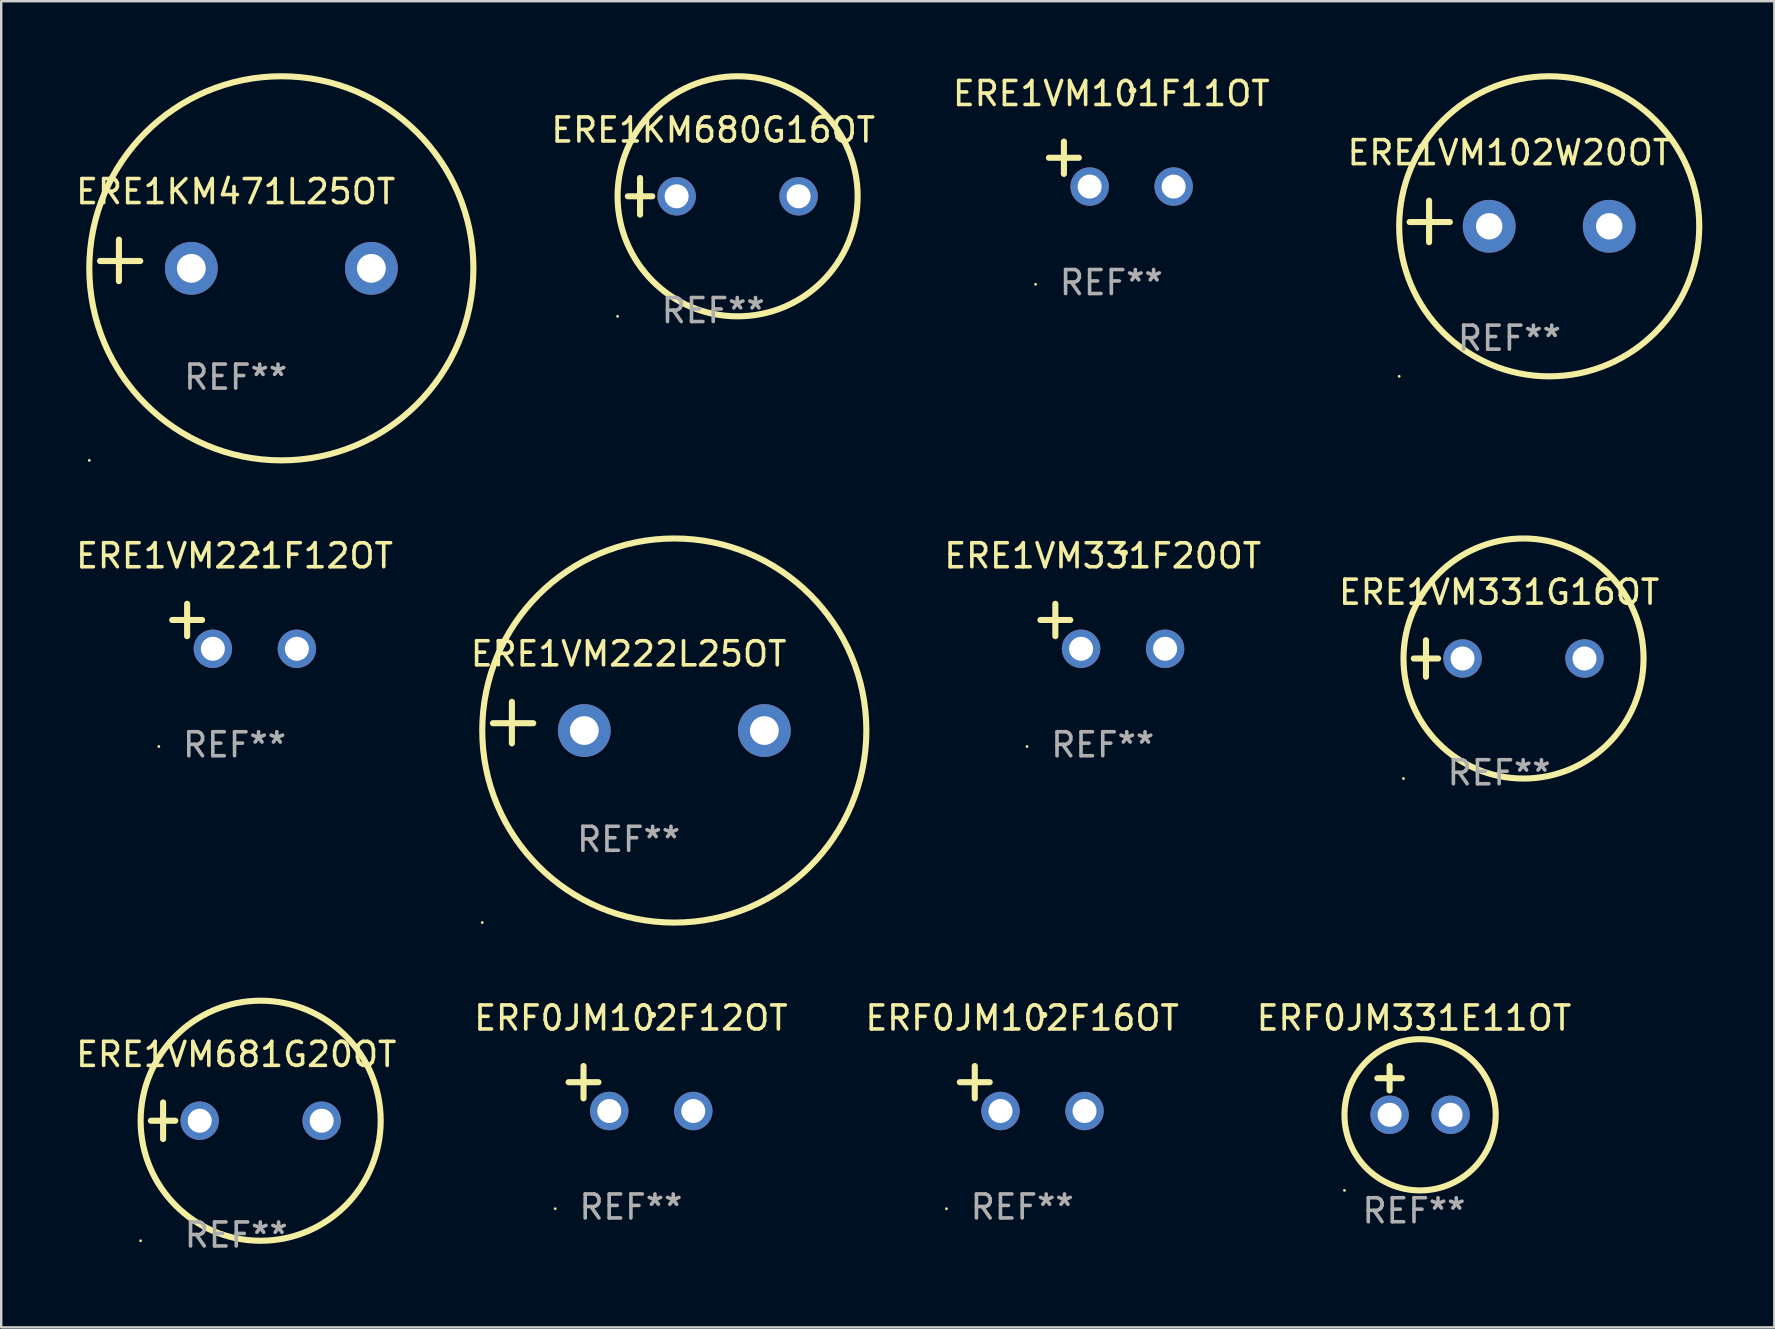
<source format=kicad_pcb>
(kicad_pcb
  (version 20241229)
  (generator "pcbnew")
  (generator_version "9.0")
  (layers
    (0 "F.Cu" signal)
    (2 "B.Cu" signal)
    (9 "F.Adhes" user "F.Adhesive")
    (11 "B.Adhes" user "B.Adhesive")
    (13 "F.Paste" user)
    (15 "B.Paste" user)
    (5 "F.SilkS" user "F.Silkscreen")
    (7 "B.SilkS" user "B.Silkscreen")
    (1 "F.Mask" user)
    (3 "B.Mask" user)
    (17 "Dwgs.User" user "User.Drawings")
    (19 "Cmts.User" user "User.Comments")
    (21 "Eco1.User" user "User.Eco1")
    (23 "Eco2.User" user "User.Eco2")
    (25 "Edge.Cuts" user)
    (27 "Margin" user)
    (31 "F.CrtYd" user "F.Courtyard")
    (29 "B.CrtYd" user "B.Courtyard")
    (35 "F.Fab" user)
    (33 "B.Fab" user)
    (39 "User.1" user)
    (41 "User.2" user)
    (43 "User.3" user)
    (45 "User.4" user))
  (footprint "ERE1VM331G16OT"
    (layer "F.Cu")
    (at 59.398 24.381)
    (property "Reference" "ERE1VM331G16OT" (at 0 -2.762 0) (layer "F.SilkS") (effects (font (size 1 1) (thickness 0.15))))
    (attr through_hole)
    (fp_line (start -3.556 0) (end -2.54 0) (stroke (width 0.254) (type solid)) (layer "F.SilkS"))
    (fp_line (start -3.048 -0.762) (end -3.048 0.762) (stroke (width 0.254) (type solid)) (layer "F.SilkS"))
    (fp_circle (center -3.984 5) (end -3.954 5) (stroke (width 0.06) (type solid)) (fill no) (layer "F.SilkS"))
    (fp_circle (center 1.016 0) (end 6.016 0) (stroke (width 0.254) (type solid)) (fill no) (layer "F.SilkS"))
    (fp_text user "REF**" (at 0 4.762 0) (layer "F.Fab") (effects (font (size 1 1) (thickness 0.15))))
    (pad "1" thru_hole circle (at -1.524 0) (size 1.6 1.6) (drill 1) (layers "*.Cu" "*.Mask"))
    (pad "2" thru_hole circle (at 3.556 0) (size 1.6 1.6) (drill 1) (layers "*.Cu" "*.Mask")))
  (footprint "ERF0JM102F16OT"
    (layer "F.Cu")
    (at 39.53 42.293)
    (property "Reference" "ERF0JM102F16OT" (at 0 -2.937 0) (layer "F.SilkS") (effects (font (size 1 1) (thickness 0.15))))
    (attr through_hole)
    (fp_line (start -1.975 0.41) (end -1.975 -0.937) (stroke (width 0.254) (type solid)) (layer "F.SilkS"))
    (fp_line (start -1.353 -0.263) (end -2.597 -0.263) (stroke (width 0.254) (type solid)) (layer "F.SilkS"))
    (fp_arc (start 0.849809 -3.063957) (mid 0.885369 -3.064114) (end 0.920929 -3.063957) (stroke (width 0.254001) (type solid)) (layer "F.SilkS"))
    (fp_circle (center -3.154 5.008) (end -3.124 5.008) (stroke (width 0.06) (type solid)) (fill no) (layer "F.SilkS"))
    (fp_text user "REF**" (at 0 4.937 0) (layer "F.Fab") (effects (font (size 1 1) (thickness 0.15))))
    (pad "1" thru_hole circle (at -0.903 0.937) (size 1.6 1.6) (drill 1) (layers "*.Cu" "*.Mask"))
    (pad "2" thru_hole circle (at 2.597 0.937) (size 1.6 1.6) (drill 1) (layers "*.Cu" "*.Mask")))
  (footprint "ERE1VM101F11OT"
    (layer "F.Cu")
    (at 43.243 3.785)
    (property "Reference" "ERE1VM101F11OT" (at 0 -2.937 0) (layer "F.SilkS") (effects (font (size 1 1) (thickness 0.15))))
    (attr through_hole)
    (fp_line (start -1.975 0.41) (end -1.975 -0.937) (stroke (width 0.254) (type solid)) (layer "F.SilkS"))
    (fp_line (start -1.353 -0.263) (end -2.597 -0.263) (stroke (width 0.254) (type solid)) (layer "F.SilkS"))
    (fp_arc (start 0.849809 -3.063957) (mid 0.885369 -3.064114) (end 0.920929 -3.063957) (stroke (width 0.254001) (type solid)) (layer "F.SilkS"))
    (fp_circle (center -3.154 5.008) (end -3.124 5.008) (stroke (width 0.06) (type solid)) (fill no) (layer "F.SilkS"))
    (fp_text user "REF**" (at 0 4.937 0) (layer "F.Fab") (effects (font (size 1 1) (thickness 0.15))))
    (pad "1" thru_hole circle (at -0.903 0.937) (size 1.6 1.6) (drill 1) (layers "*.Cu" "*.Mask"))
    (pad "2" thru_hole circle (at 2.597 0.937) (size 1.6 1.6) (drill 1) (layers "*.Cu" "*.Mask")))
  (footprint "ERF0JM102F12OT"
    (layer "F.Cu")
    (at 23.232 42.293)
    (property "Reference" "ERF0JM102F12OT" (at 0 -2.937 0) (layer "F.SilkS") (effects (font (size 1 1) (thickness 0.15))))
    (attr through_hole)
    (fp_line (start -1.975 0.41) (end -1.975 -0.937) (stroke (width 0.254) (type solid)) (layer "F.SilkS"))
    (fp_line (start -1.353 -0.263) (end -2.597 -0.263) (stroke (width 0.254) (type solid)) (layer "F.SilkS"))
    (fp_arc (start 0.849809 -3.063957) (mid 0.885369 -3.064114) (end 0.920929 -3.063957) (stroke (width 0.254001) (type solid)) (layer "F.SilkS"))
    (fp_circle (center -3.154 5.008) (end -3.124 5.008) (stroke (width 0.06) (type solid)) (fill no) (layer "F.SilkS"))
    (fp_text user "REF**" (at 0 4.937 0) (layer "F.Fab") (effects (font (size 1 1) (thickness 0.15))))
    (pad "1" thru_hole circle (at -0.903 0.937) (size 1.6 1.6) (drill 1) (layers "*.Cu" "*.Mask"))
    (pad "2" thru_hole circle (at 2.597 0.937) (size 1.6 1.6) (drill 1) (layers "*.Cu" "*.Mask")))
  (footprint "ERE1VM222L25OT"
    (layer "F.Cu")
    (at 23.137 27.051)
    (property "Reference" "ERE1VM222L25OT" (at 0 -2.864 0) (layer "F.SilkS") (effects (font (size 1 1) (thickness 0.15))))
    (attr through_hole)
    (fp_line (start -4.864 0.864) (end -4.864 -0.864) (stroke (width 0.254) (type solid)) (layer "F.SilkS"))
    (fp_line (start -3.975 0.025) (end -5.652 0.025) (stroke (width 0.254) (type solid)) (layer "F.SilkS"))
    (fp_circle (center -6.098 8.33) (end -6.068 8.33) (stroke (width 0.06) (type solid)) (fill no) (layer "F.SilkS"))
    (fp_circle (center 1.902 0.33) (end 9.902 0.33) (stroke (width 0.254) (type solid)) (fill no) (layer "F.SilkS"))
    (fp_text user "REF**" (at 0 4.864 0) (layer "F.Fab") (effects (font (size 1 1) (thickness 0.15))))
    (pad "1" thru_hole circle (at -1.848 0.33) (size 2.2 2.2) (drill 1.2) (layers "*.Cu" "*.Mask"))
    (pad "2" thru_hole circle (at 5.652 0.33) (size 2.2 2.2) (drill 1.2) (layers "*.Cu" "*.Mask")))
  (footprint "ERF0JM331E11OT"
    (layer "F.Cu")
    (at 55.851 42.372)
    (property "Reference" "ERF0JM331E11OT" (at 0 -3.016 0) (layer "F.SilkS") (effects (font (size 1 1) (thickness 0.15))))
    (attr through_hole)
    (fp_line (start -1.524 -0.508) (end -0.508 -0.508) (stroke (width 0.254) (type solid)) (layer "F.SilkS"))
    (fp_line (start -1.016 -1.016) (end -1.016 0) (stroke (width 0.254) (type solid)) (layer "F.SilkS"))
    (fp_circle (center -2.896 4.166) (end -2.866 4.166) (stroke (width 0.06) (type solid)) (fill no) (layer "F.SilkS"))
    (fp_circle (center 0.254 1.016) (end 3.404 1.016) (stroke (width 0.254) (type solid)) (fill no) (layer "F.SilkS"))
    (fp_text user "REF**" (at 0 5.016 0) (layer "F.Fab") (effects (font (size 1 1) (thickness 0.15))))
    (pad "1" thru_hole circle (at -1.016 1.016) (size 1.6 1.6) (drill 1) (layers "*.Cu" "*.Mask"))
    (pad "2" thru_hole circle (at 1.524 1.016) (size 1.6 1.6) (drill 1) (layers "*.Cu" "*.Mask")))
  (footprint "ERE1VM681G20OT"
    (layer "F.Cu")
    (at 6.792 43.635)
    (property "Reference" "ERE1VM681G20OT" (at 0 -2.762 0) (layer "F.SilkS") (effects (font (size 1 1) (thickness 0.15))))
    (attr through_hole)
    (fp_line (start -3.556 0) (end -2.54 0) (stroke (width 0.254) (type solid)) (layer "F.SilkS"))
    (fp_line (start -3.048 -0.762) (end -3.048 0.762) (stroke (width 0.254) (type solid)) (layer "F.SilkS"))
    (fp_circle (center -3.984 5) (end -3.954 5) (stroke (width 0.06) (type solid)) (fill no) (layer "F.SilkS"))
    (fp_circle (center 1.016 0) (end 6.016 0) (stroke (width 0.254) (type solid)) (fill no) (layer "F.SilkS"))
    (fp_text user "REF**" (at 0 4.762 0) (layer "F.Fab") (effects (font (size 1 1) (thickness 0.15))))
    (pad "1" thru_hole circle (at -1.524 0) (size 1.6 1.6) (drill 1) (layers "*.Cu" "*.Mask"))
    (pad "2" thru_hole circle (at 3.556 0) (size 1.6 1.6) (drill 1) (layers "*.Cu" "*.Mask")))
  (footprint "ERE1VM331F20OT"
    (layer "F.Cu")
    (at 42.886 23.039)
    (property "Reference" "ERE1VM331F20OT" (at 0 -2.937 0) (layer "F.SilkS") (effects (font (size 1 1) (thickness 0.15))))
    (attr through_hole)
    (fp_line (start -1.975 0.41) (end -1.975 -0.937) (stroke (width 0.254) (type solid)) (layer "F.SilkS"))
    (fp_line (start -1.353 -0.263) (end -2.597 -0.263) (stroke (width 0.254) (type solid)) (layer "F.SilkS"))
    (fp_arc (start 0.849809 -3.063957) (mid 0.885369 -3.064114) (end 0.920929 -3.063957) (stroke (width 0.254001) (type solid)) (layer "F.SilkS"))
    (fp_circle (center -3.154 5.008) (end -3.124 5.008) (stroke (width 0.06) (type solid)) (fill no) (layer "F.SilkS"))
    (fp_text user "REF**" (at 0 4.937 0) (layer "F.Fab") (effects (font (size 1 1) (thickness 0.15))))
    (pad "1" thru_hole circle (at -0.903 0.937) (size 1.6 1.6) (drill 1) (layers "*.Cu" "*.Mask"))
    (pad "2" thru_hole circle (at 2.597 0.937) (size 1.6 1.6) (drill 1) (layers "*.Cu" "*.Mask")))
  (footprint "ERE1VM221F12OT"
    (layer "F.Cu")
    (at 6.72 23.039)
    (property "Reference" "ERE1VM221F12OT" (at 0 -2.937 0) (layer "F.SilkS") (effects (font (size 1 1) (thickness 0.15))))
    (attr through_hole)
    (fp_line (start -1.975 0.41) (end -1.975 -0.937) (stroke (width 0.254) (type solid)) (layer "F.SilkS"))
    (fp_line (start -1.353 -0.263) (end -2.597 -0.263) (stroke (width 0.254) (type solid)) (layer "F.SilkS"))
    (fp_arc (start 0.849809 -3.063957) (mid 0.885369 -3.064114) (end 0.920929 -3.063957) (stroke (width 0.254001) (type solid)) (layer "F.SilkS"))
    (fp_circle (center -3.154 5.008) (end -3.124 5.008) (stroke (width 0.06) (type solid)) (fill no) (layer "F.SilkS"))
    (fp_text user "REF**" (at 0 4.937 0) (layer "F.Fab") (effects (font (size 1 1) (thickness 0.15))))
    (pad "1" thru_hole circle (at -0.903 0.937) (size 1.6 1.6) (drill 1) (layers "*.Cu" "*.Mask"))
    (pad "2" thru_hole circle (at 2.597 0.937) (size 1.6 1.6) (drill 1) (layers "*.Cu" "*.Mask")))
  (footprint "ERE1KM680G16OT"
    (layer "F.Cu")
    (at 26.66 5.127)
    (property "Reference" "ERE1KM680G16OT" (at 0 -2.762 0) (layer "F.SilkS") (effects (font (size 1 1) (thickness 0.15))))
    (attr through_hole)
    (fp_line (start -3.556 0) (end -2.54 0) (stroke (width 0.254) (type solid)) (layer "F.SilkS"))
    (fp_line (start -3.048 -0.762) (end -3.048 0.762) (stroke (width 0.254) (type solid)) (layer "F.SilkS"))
    (fp_circle (center -3.984 5) (end -3.954 5) (stroke (width 0.06) (type solid)) (fill no) (layer "F.SilkS"))
    (fp_circle (center 1.016 0) (end 6.016 0) (stroke (width 0.254) (type solid)) (fill no) (layer "F.SilkS"))
    (fp_text user "REF**" (at 0 4.762 0) (layer "F.Fab") (effects (font (size 1 1) (thickness 0.15))))
    (pad "1" thru_hole circle (at -1.524 0) (size 1.6 1.6) (drill 1) (layers "*.Cu" "*.Mask"))
    (pad "2" thru_hole circle (at 3.556 0) (size 1.6 1.6) (drill 1) (layers "*.Cu" "*.Mask")))
  (footprint "ERE1KM471L25OT"
    (layer "F.Cu")
    (at 6.768 7.797)
    (property "Reference" "ERE1KM471L25OT" (at 0 -2.864 0) (layer "F.SilkS") (effects (font (size 1 1) (thickness 0.15))))
    (attr through_hole)
    (fp_line (start -4.864 0.864) (end -4.864 -0.864) (stroke (width 0.254) (type solid)) (layer "F.SilkS"))
    (fp_line (start -3.975 0.025) (end -5.652 0.025) (stroke (width 0.254) (type solid)) (layer "F.SilkS"))
    (fp_circle (center -6.098 8.33) (end -6.068 8.33) (stroke (width 0.06) (type solid)) (fill no) (layer "F.SilkS"))
    (fp_circle (center 1.902 0.33) (end 9.902 0.33) (stroke (width 0.254) (type solid)) (fill no) (layer "F.SilkS"))
    (fp_text user "REF**" (at 0 4.864 0) (layer "F.Fab") (effects (font (size 1 1) (thickness 0.15))))
    (pad "1" thru_hole circle (at -1.848 0.33) (size 2.2 2.2) (drill 1.2) (layers "*.Cu" "*.Mask"))
    (pad "2" thru_hole circle (at 5.652 0.33) (size 2.2 2.2) (drill 1.2) (layers "*.Cu" "*.Mask")))
  (footprint "ERE1VM102W20OT"
    (layer "F.Cu")
    (at 59.826 6.174)
    (property "Reference" "ERE1VM102W20OT" (at 0 -2.864 0) (layer "F.SilkS") (effects (font (size 1 1) (thickness 0.15))))
    (attr through_hole)
    (fp_line (start -3.346 0.864) (end -3.346 -0.864) (stroke (width 0.254) (type solid)) (layer "F.SilkS"))
    (fp_line (start -2.482 0.025) (end -4.158 0.025) (stroke (width 0.254) (type solid)) (layer "F.SilkS"))
    (fp_circle (center -4.592 6.453) (end -4.562 6.453) (stroke (width 0.06) (type solid)) (fill no) (layer "F.SilkS"))
    (fp_circle (center 1.658 0.203) (end 7.908 0.203) (stroke (width 0.254) (type solid)) (fill no) (layer "F.SilkS"))
    (fp_text user "REF**" (at 0 4.864 0) (layer "F.Fab") (effects (font (size 1 1) (thickness 0.15))))
    (pad "1" thru_hole circle (at -0.842 0.203) (size 2.2 2.2) (drill 1.1) (layers "*.Cu" "*.Mask"))
    (pad "2" thru_hole circle (at 4.158 0.203) (size 2.2 2.2) (drill 1.1) (layers "*.Cu" "*.Mask")))
  (gr_rect
    (start -3 -3)
    (end 70.861 52.245)
    (stroke (width 0.1) (type default))
    (fill no)
    (layer "Edge.Cuts")))
</source>
